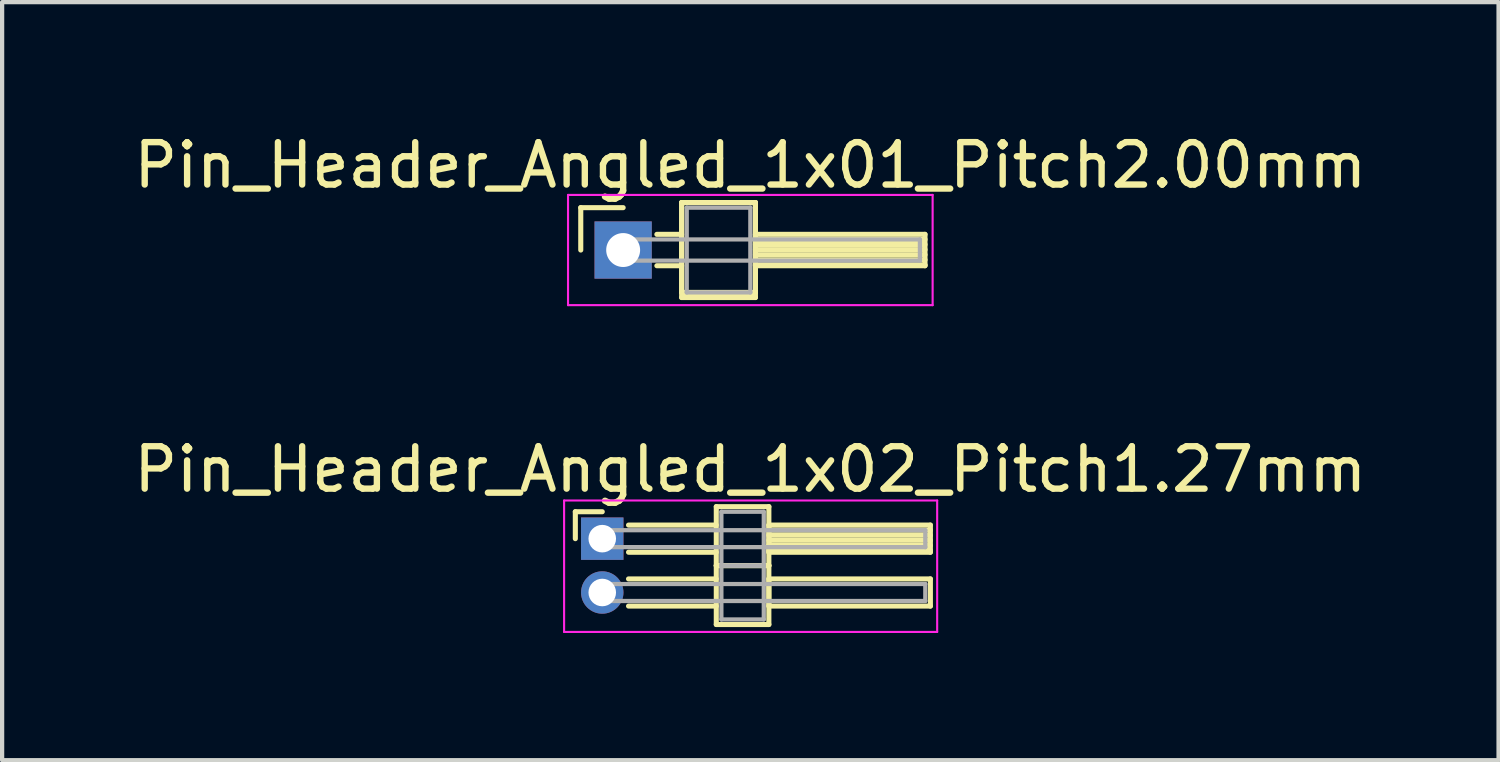
<source format=kicad_pcb>
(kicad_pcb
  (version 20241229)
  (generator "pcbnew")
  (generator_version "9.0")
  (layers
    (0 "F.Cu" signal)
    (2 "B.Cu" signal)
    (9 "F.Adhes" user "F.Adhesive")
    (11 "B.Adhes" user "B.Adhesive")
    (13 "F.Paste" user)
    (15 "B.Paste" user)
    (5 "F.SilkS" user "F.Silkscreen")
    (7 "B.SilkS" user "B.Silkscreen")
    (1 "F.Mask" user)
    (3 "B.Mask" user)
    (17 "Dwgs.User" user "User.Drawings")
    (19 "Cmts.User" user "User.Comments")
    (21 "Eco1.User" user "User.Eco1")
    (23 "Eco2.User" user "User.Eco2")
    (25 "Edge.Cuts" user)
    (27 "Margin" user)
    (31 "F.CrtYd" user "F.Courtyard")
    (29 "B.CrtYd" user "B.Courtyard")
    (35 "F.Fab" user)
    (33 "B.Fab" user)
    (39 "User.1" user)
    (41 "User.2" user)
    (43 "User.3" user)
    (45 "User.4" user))
  (footprint "Pin_Header_Angled_1x02_Pitch1.27mm"
    (layer "F.Cu")
    (at 11.156 9.656)
    (property "Reference" "Pin_Header_Angled_1x02_Pitch1.27mm" (at 3.493 -1.635 0) (layer "F.SilkS") (effects (font (size 1 1) (thickness 0.15))))
    (attr through_hole)
    (fp_line (start -0.635 -0.635) (end 0 -0.635) (stroke (width 0.12) (type solid)) (layer "F.SilkS"))
    (fp_line (start -0.635 0) (end -0.635 -0.635) (stroke (width 0.12) (type solid)) (layer "F.SilkS"))
    (fp_line (start 0.62 -0.32) (end 2.69 -0.32) (stroke (width 0.12) (type solid)) (layer "F.SilkS"))
    (fp_line (start 0.62 0.32) (end 2.69 0.32) (stroke (width 0.12) (type solid)) (layer "F.SilkS"))
    (fp_line (start 0.62 0.95) (end 2.69 0.95) (stroke (width 0.12) (type solid)) (layer "F.SilkS"))
    (fp_line (start 0.62 1.59) (end 2.69 1.59) (stroke (width 0.12) (type solid)) (layer "F.SilkS"))
    (fp_line (start 2.69 -0.755) (end 2.69 0.635) (stroke (width 0.12) (type solid)) (layer "F.SilkS"))
    (fp_line (start 2.69 0.635) (end 2.69 2.025) (stroke (width 0.12) (type solid)) (layer "F.SilkS"))
    (fp_line (start 2.69 0.635) (end 3.93 0.635) (stroke (width 0.12) (type solid)) (layer "F.SilkS"))
    (fp_line (start 2.69 2.025) (end 3.93 2.025) (stroke (width 0.12) (type solid)) (layer "F.SilkS"))
    (fp_line (start 3.93 -0.755) (end 2.69 -0.755) (stroke (width 0.12) (type solid)) (layer "F.SilkS"))
    (fp_line (start 3.93 -0.32) (end 3.93 0.32) (stroke (width 0.12) (type solid)) (layer "F.SilkS"))
    (fp_line (start 3.93 -0.2) (end 7.74 -0.2) (stroke (width 0.12) (type solid)) (layer "F.SilkS"))
    (fp_line (start 3.93 -0.08) (end 7.74 -0.08) (stroke (width 0.12) (type solid)) (layer "F.SilkS"))
    (fp_line (start 3.93 0.04) (end 7.74 0.04) (stroke (width 0.12) (type solid)) (layer "F.SilkS"))
    (fp_line (start 3.93 0.16) (end 7.74 0.16) (stroke (width 0.12) (type solid)) (layer "F.SilkS"))
    (fp_line (start 3.93 0.28) (end 7.74 0.28) (stroke (width 0.12) (type solid)) (layer "F.SilkS"))
    (fp_line (start 3.93 0.32) (end 7.74 0.32) (stroke (width 0.12) (type solid)) (layer "F.SilkS"))
    (fp_line (start 3.93 0.635) (end 2.69 0.635) (stroke (width 0.12) (type solid)) (layer "F.SilkS"))
    (fp_line (start 3.93 0.635) (end 3.93 -0.755) (stroke (width 0.12) (type solid)) (layer "F.SilkS"))
    (fp_line (start 3.93 0.95) (end 3.93 1.59) (stroke (width 0.12) (type solid)) (layer "F.SilkS"))
    (fp_line (start 3.93 1.59) (end 7.74 1.59) (stroke (width 0.12) (type solid)) (layer "F.SilkS"))
    (fp_line (start 3.93 2.025) (end 3.93 0.635) (stroke (width 0.12) (type solid)) (layer "F.SilkS"))
    (fp_line (start 7.74 -0.32) (end 3.93 -0.32) (stroke (width 0.12) (type solid)) (layer "F.SilkS"))
    (fp_line (start 7.74 0.32) (end 7.74 -0.32) (stroke (width 0.12) (type solid)) (layer "F.SilkS"))
    (fp_line (start 7.74 0.95) (end 3.93 0.95) (stroke (width 0.12) (type solid)) (layer "F.SilkS"))
    (fp_line (start 7.74 1.59) (end 7.74 0.95) (stroke (width 0.12) (type solid)) (layer "F.SilkS"))
    (fp_line (start -0.9 -0.9) (end -0.9 2.2) (stroke (width 0.05) (type solid)) (layer "F.CrtYd"))
    (fp_line (start -0.9 2.2) (end 7.9 2.2) (stroke (width 0.05) (type solid)) (layer "F.CrtYd"))
    (fp_line (start 7.9 -0.9) (end -0.9 -0.9) (stroke (width 0.05) (type solid)) (layer "F.CrtYd"))
    (fp_line (start 7.9 2.2) (end 7.9 -0.9) (stroke (width 0.05) (type solid)) (layer "F.CrtYd"))
    (fp_line (start 0 -0.2) (end 0 0.2) (stroke (width 0.1) (type solid)) (layer "F.Fab"))
    (fp_line (start 0 0.2) (end 7.62 0.2) (stroke (width 0.1) (type solid)) (layer "F.Fab"))
    (fp_line (start 0 1.07) (end 0 1.47) (stroke (width 0.1) (type solid)) (layer "F.Fab"))
    (fp_line (start 0 1.47) (end 7.62 1.47) (stroke (width 0.1) (type solid)) (layer "F.Fab"))
    (fp_line (start 2.81 -0.635) (end 2.81 0.635) (stroke (width 0.1) (type solid)) (layer "F.Fab"))
    (fp_line (start 2.81 0.635) (end 2.81 1.905) (stroke (width 0.1) (type solid)) (layer "F.Fab"))
    (fp_line (start 2.81 0.635) (end 3.81 0.635) (stroke (width 0.1) (type solid)) (layer "F.Fab"))
    (fp_line (start 2.81 1.905) (end 3.81 1.905) (stroke (width 0.1) (type solid)) (layer "F.Fab"))
    (fp_line (start 3.81 -0.635) (end 2.81 -0.635) (stroke (width 0.1) (type solid)) (layer "F.Fab"))
    (fp_line (start 3.81 0.635) (end 2.81 0.635) (stroke (width 0.1) (type solid)) (layer "F.Fab"))
    (fp_line (start 3.81 0.635) (end 3.81 -0.635) (stroke (width 0.1) (type solid)) (layer "F.Fab"))
    (fp_line (start 3.81 1.905) (end 3.81 0.635) (stroke (width 0.1) (type solid)) (layer "F.Fab"))
    (fp_line (start 7.62 -0.2) (end 0 -0.2) (stroke (width 0.1) (type solid)) (layer "F.Fab"))
    (fp_line (start 7.62 0.2) (end 7.62 -0.2) (stroke (width 0.1) (type solid)) (layer "F.Fab"))
    (fp_line (start 7.62 1.07) (end 0 1.07) (stroke (width 0.1) (type solid)) (layer "F.Fab"))
    (fp_line (start 7.62 1.47) (end 7.62 1.07) (stroke (width 0.1) (type solid)) (layer "F.Fab"))
    (pad "1" thru_hole rect (at 0 0) (size 1 1) (drill 0.65) (layers "*.Cu" "*.Mask"))
    (pad "2" thru_hole oval (at 0 1.27) (size 1 1) (drill 0.65) (layers "*.Cu" "*.Mask")))
  (footprint "Pin_Header_Angled_1x01_Pitch2.00mm"
    (layer "F.Cu")
    (at 11.649 2.848)
    (property "Reference" "Pin_Header_Angled_1x01_Pitch2.00mm" (at 3 -2 0) (layer "F.SilkS") (effects (font (size 1 1) (thickness 0.15))))
    (attr through_hole)
    (fp_line (start -1 -1) (end 0 -1) (stroke (width 0.12) (type solid)) (layer "F.SilkS"))
    (fp_line (start -1 0) (end -1 -1) (stroke (width 0.12) (type solid)) (layer "F.SilkS"))
    (fp_line (start 0.795 -0.37) (end 1.38 -0.37) (stroke (width 0.12) (type solid)) (layer "F.SilkS"))
    (fp_line (start 0.795 0.37) (end 1.38 0.37) (stroke (width 0.12) (type solid)) (layer "F.SilkS"))
    (fp_line (start 1.38 -1.12) (end 1.38 1) (stroke (width 0.12) (type solid)) (layer "F.SilkS"))
    (fp_line (start 1.38 -1.12) (end 1.38 1.12) (stroke (width 0.12) (type solid)) (layer "F.SilkS"))
    (fp_line (start 1.38 1) (end 3.12 1) (stroke (width 0.12) (type solid)) (layer "F.SilkS"))
    (fp_line (start 1.38 1.12) (end 3.12 1.12) (stroke (width 0.12) (type solid)) (layer "F.SilkS"))
    (fp_line (start 3.12 -1.12) (end 1.38 -1.12) (stroke (width 0.12) (type solid)) (layer "F.SilkS"))
    (fp_line (start 3.12 -1.12) (end 1.38 -1.12) (stroke (width 0.12) (type solid)) (layer "F.SilkS"))
    (fp_line (start 3.12 -0.37) (end 3.12 0.37) (stroke (width 0.12) (type solid)) (layer "F.SilkS"))
    (fp_line (start 3.12 -0.25) (end 7.12 -0.25) (stroke (width 0.12) (type solid)) (layer "F.SilkS"))
    (fp_line (start 3.12 -0.13) (end 7.12 -0.13) (stroke (width 0.12) (type solid)) (layer "F.SilkS"))
    (fp_line (start 3.12 -0.01) (end 7.12 -0.01) (stroke (width 0.12) (type solid)) (layer "F.SilkS"))
    (fp_line (start 3.12 0.11) (end 7.12 0.11) (stroke (width 0.12) (type solid)) (layer "F.SilkS"))
    (fp_line (start 3.12 0.23) (end 7.12 0.23) (stroke (width 0.12) (type solid)) (layer "F.SilkS"))
    (fp_line (start 3.12 0.35) (end 7.12 0.35) (stroke (width 0.12) (type solid)) (layer "F.SilkS"))
    (fp_line (start 3.12 0.37) (end 7.12 0.37) (stroke (width 0.12) (type solid)) (layer "F.SilkS"))
    (fp_line (start 3.12 1) (end 3.12 -1.12) (stroke (width 0.12) (type solid)) (layer "F.SilkS"))
    (fp_line (start 3.12 1.12) (end 3.12 -1.12) (stroke (width 0.12) (type solid)) (layer "F.SilkS"))
    (fp_line (start 7.12 -0.37) (end 3.12 -0.37) (stroke (width 0.12) (type solid)) (layer "F.SilkS"))
    (fp_line (start 7.12 0.37) (end 7.12 -0.37) (stroke (width 0.12) (type solid)) (layer "F.SilkS"))
    (fp_line (start -1.3 -1.3) (end -1.3 1.3) (stroke (width 0.05) (type solid)) (layer "F.CrtYd"))
    (fp_line (start -1.3 1.3) (end 7.3 1.3) (stroke (width 0.05) (type solid)) (layer "F.CrtYd"))
    (fp_line (start 7.3 -1.3) (end -1.3 -1.3) (stroke (width 0.05) (type solid)) (layer "F.CrtYd"))
    (fp_line (start 7.3 1.3) (end 7.3 -1.3) (stroke (width 0.05) (type solid)) (layer "F.CrtYd"))
    (fp_line (start 0 -0.25) (end 0 0.25) (stroke (width 0.1) (type solid)) (layer "F.Fab"))
    (fp_line (start 0 0.25) (end 7 0.25) (stroke (width 0.1) (type solid)) (layer "F.Fab"))
    (fp_line (start 1.5 -1) (end 1.5 1) (stroke (width 0.1) (type solid)) (layer "F.Fab"))
    (fp_line (start 1.5 1) (end 3 1) (stroke (width 0.1) (type solid)) (layer "F.Fab"))
    (fp_line (start 3 -1) (end 1.5 -1) (stroke (width 0.1) (type solid)) (layer "F.Fab"))
    (fp_line (start 3 1) (end 3 -1) (stroke (width 0.1) (type solid)) (layer "F.Fab"))
    (fp_line (start 7 -0.25) (end 0 -0.25) (stroke (width 0.1) (type solid)) (layer "F.Fab"))
    (fp_line (start 7 0.25) (end 7 -0.25) (stroke (width 0.1) (type solid)) (layer "F.Fab"))
    (pad "1" thru_hole rect (at 0 0) (size 1.35 1.35) (drill 0.8) (layers "*.Cu" "*.Mask")))
  (gr_rect
    (start -3 -3)
    (end 32.298 14.882)
    (stroke (width 0.1) (type default))
    (fill no)
    (layer "Edge.Cuts")))
</source>
